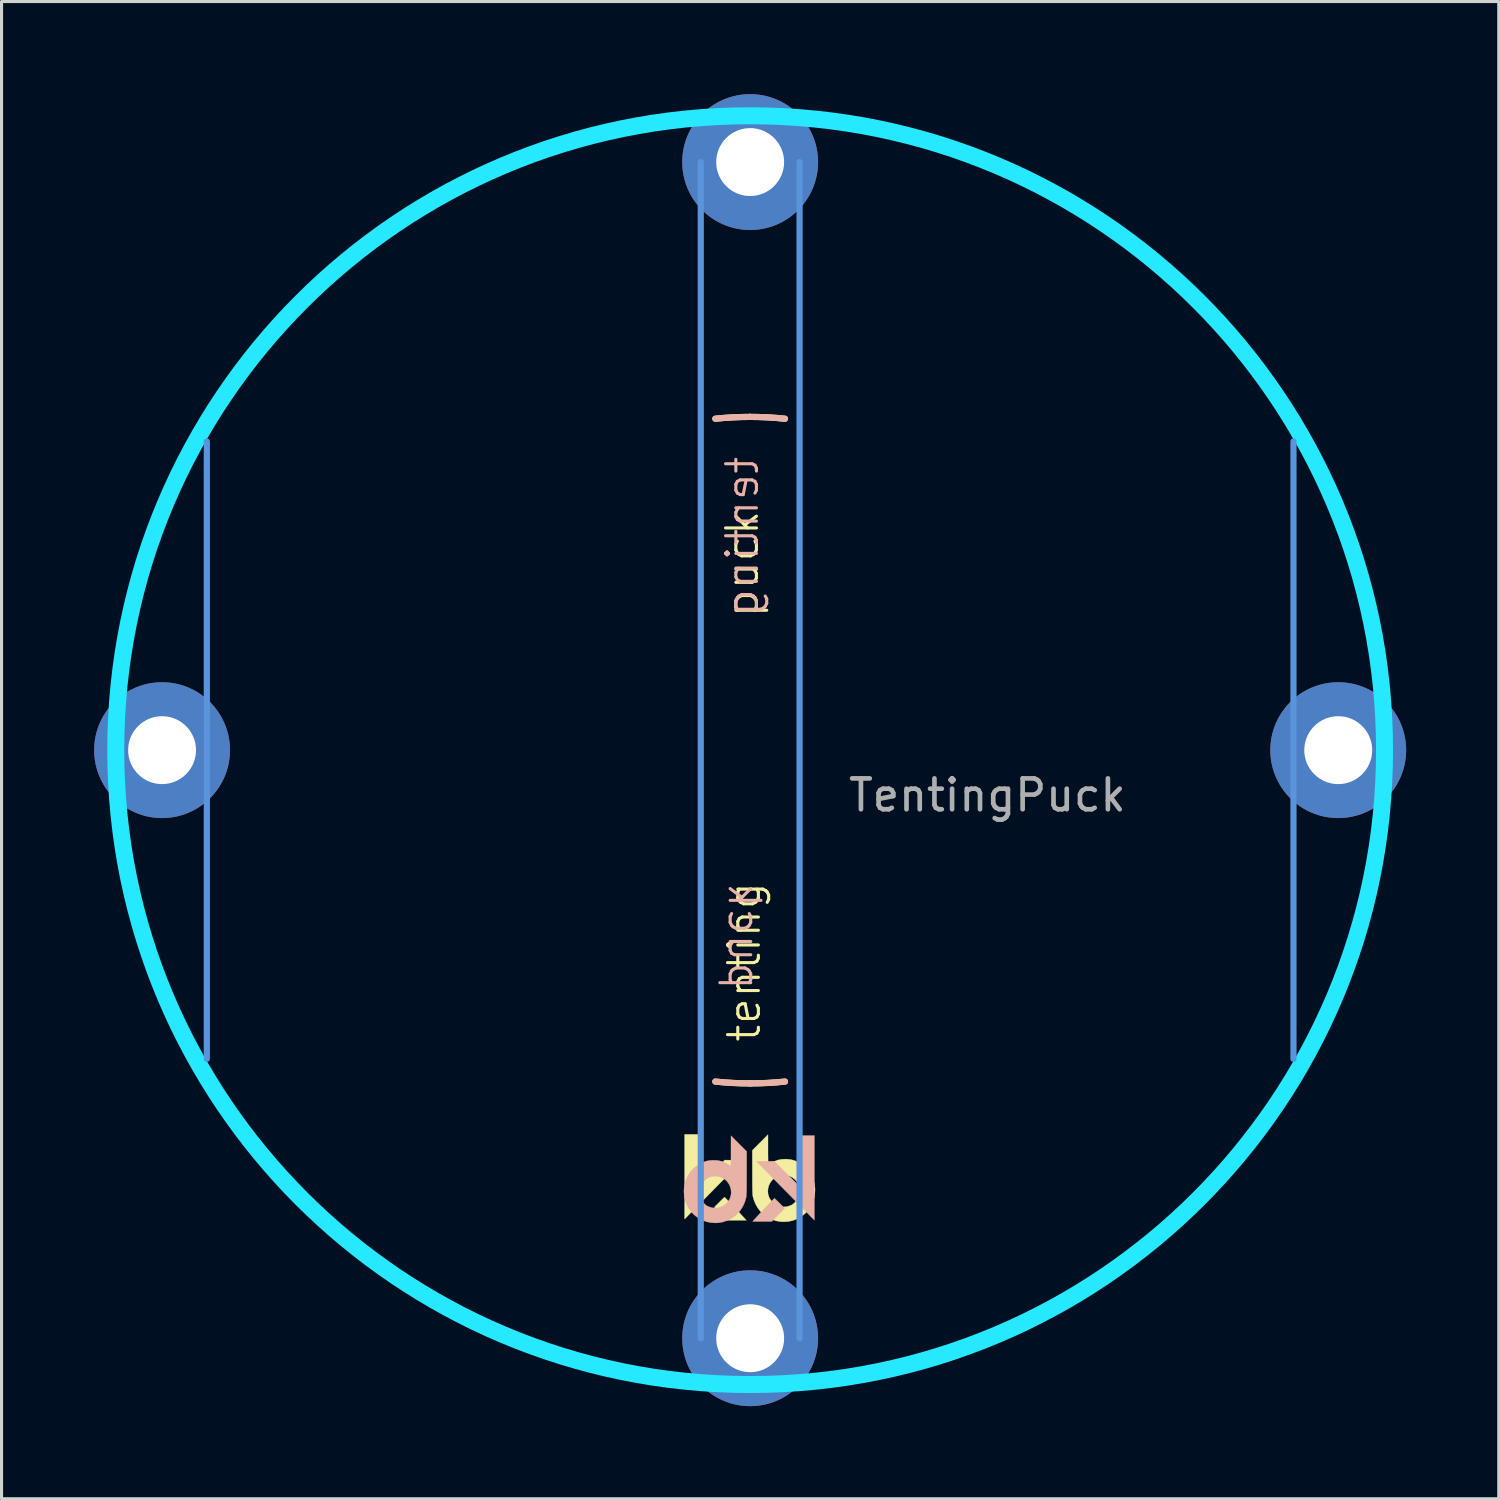
<source format=kicad_pcb>
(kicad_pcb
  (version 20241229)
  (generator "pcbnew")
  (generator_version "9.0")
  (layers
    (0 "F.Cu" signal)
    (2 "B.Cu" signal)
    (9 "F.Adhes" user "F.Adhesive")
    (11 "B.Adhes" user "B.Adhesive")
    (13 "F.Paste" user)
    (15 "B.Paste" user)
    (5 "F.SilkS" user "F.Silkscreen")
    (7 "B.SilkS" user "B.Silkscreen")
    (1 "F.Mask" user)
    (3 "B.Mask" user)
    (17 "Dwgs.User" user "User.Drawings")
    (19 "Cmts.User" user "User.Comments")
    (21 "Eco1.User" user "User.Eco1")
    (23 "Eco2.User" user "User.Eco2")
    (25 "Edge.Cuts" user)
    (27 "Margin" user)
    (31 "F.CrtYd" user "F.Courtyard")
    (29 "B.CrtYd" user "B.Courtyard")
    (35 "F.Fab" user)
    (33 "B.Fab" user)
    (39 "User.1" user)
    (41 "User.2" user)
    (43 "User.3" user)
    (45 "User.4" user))
  (footprint "TentingPuck"
    (layer "F.Cu")
    (at 21.25 21.25)
    (property "Reference" "TentingPuck" (at 7.684 1.46 0) (layer "F.Fab") (effects (font (size 1 1) (thickness 0.15))))
    (attr through_hole)
    (fp_arc (start -20.32 -2.8575) (mid -19.91151 -4.959786) (end -19.286134 -7.008048) (stroke (width 0.2) (type solid)) (layer "F.SilkS"))
    (fp_arc (start -19.286134 7.008047) (mid -19.91151 4.959786) (end -20.32 2.8575) (stroke (width 0.2) (type solid)) (layer "F.SilkS"))
    (fp_arc (start -7.008048 -19.286134) (mid -4.959786 -19.91151) (end -2.8575 -20.32) (stroke (width 0.2) (type solid)) (layer "F.SilkS"))
    (fp_arc (start -2.8575 20.32) (mid -4.959785 19.91151) (end -7.008046 19.286135) (stroke (width 0.2) (type solid)) (layer "F.SilkS"))
    (fp_arc (start -1.128385 -10.735864) (mid -0.564967 -10.780206) (end 0 -10.795) (stroke (width 0.2) (type solid)) (layer "F.SilkS"))
    (fp_arc (start 0 -10.795) (mid 0.564967 -10.780206) (end 1.128385 -10.735864) (stroke (width 0.2) (type solid)) (layer "F.SilkS"))
    (fp_arc (start 0 10.795) (mid -0.564967 10.780206) (end -1.128385 10.735864) (stroke (width 0.2) (type solid)) (layer "F.SilkS"))
    (fp_arc (start 1.128385 10.735864) (mid 0.564967 10.780206) (end 0 10.795) (stroke (width 0.2) (type solid)) (layer "F.SilkS"))
    (fp_arc (start 2.8575 -20.32) (mid 4.959786 -19.91151) (end 7.008047 -19.286134) (stroke (width 0.2) (type solid)) (layer "F.SilkS"))
    (fp_arc (start 7.008047 19.286134) (mid 4.959786 19.91151) (end 2.8575 20.32) (stroke (width 0.2) (type solid)) (layer "F.SilkS"))
    (fp_arc (start 19.286135 -7.008045) (mid 19.91151 -4.959785) (end 20.32 -2.8575) (stroke (width 0.2) (type solid)) (layer "F.SilkS"))
    (fp_arc (start 20.32 2.8575) (mid 19.91151 4.959785) (end 19.286135 7.008046) (stroke (width 0.2) (type solid)) (layer "F.SilkS"))
    (fp_poly (pts (xy -1.627 14.082) (xy -0.824 13.279) (xy -0.535 13.282) (xy -0.247 13.285) (xy -1.094 14.145) (xy -1.212 14.265) (xy -1.327 14.382) (xy -1.437 14.494) (xy -1.542 14.6) (xy -1.64 14.7) (xy -1.731 14.791) (xy -1.811 14.874) (xy -1.882 14.945) (xy -1.941 15.005) (xy -1.987 15.052) (xy -2.019 15.084) (xy -2.032 15.098) (xy -2.123 15.19) (xy -2.123 12.448) (xy -1.627 12.448) (xy -1.627 14.082)) (stroke (width 0.01) (type solid)) (fill yes) (layer "F.SilkS"))
    (fp_poly (pts (xy -0.82 14.488) (xy -0.797 14.511) (xy -0.763 14.547) (xy -0.719 14.593) (xy -0.666 14.647) (xy -0.609 14.708) (xy -0.547 14.773) (xy -0.483 14.841) (xy -0.42 14.908) (xy -0.359 14.973) (xy -0.302 15.034) (xy -0.251 15.089) (xy -0.208 15.135) (xy -0.175 15.171) (xy -0.154 15.194) (xy -0.152 15.197) (xy -0.124 15.231) (xy -0.744 15.231) (xy -0.917 15.055) (xy -0.971 15) (xy -1.021 14.948) (xy -1.065 14.903) (xy -1.099 14.868) (xy -1.121 14.844) (xy -1.124 14.841) (xy -1.158 14.803) (xy -0.997 14.642) (xy -0.948 14.592) (xy -0.903 14.549) (xy -0.867 14.514) (xy -0.842 14.491) (xy -0.829 14.48) (xy -0.829 14.48) (xy -0.82 14.488)) (stroke (width 0.01) (type solid)) (fill yes) (layer "F.SilkS"))
    (fp_poly (pts (xy 0.578 12.948) (xy 0.578 13.052) (xy 0.579 13.149) (xy 0.58 13.236) (xy 0.581 13.31) (xy 0.582 13.37) (xy 0.583 13.413) (xy 0.585 13.437) (xy 0.586 13.441) (xy 0.598 13.435) (xy 0.623 13.419) (xy 0.647 13.401) (xy 0.762 13.331) (xy 0.884 13.282) (xy 1.014 13.254) (xy 1.153 13.247) (xy 1.171 13.248) (xy 1.261 13.255) (xy 1.337 13.267) (xy 1.409 13.286) (xy 1.484 13.315) (xy 1.554 13.348) (xy 1.682 13.423) (xy 1.795 13.515) (xy 1.892 13.622) (xy 1.972 13.743) (xy 2.033 13.874) (xy 2.076 14.016) (xy 2.099 14.167) (xy 2.102 14.256) (xy 2.092 14.409) (xy 2.061 14.553) (xy 2.008 14.693) (xy 1.95 14.8) (xy 1.865 14.92) (xy 1.763 15.025) (xy 1.648 15.113) (xy 1.521 15.184) (xy 1.385 15.236) (xy 1.241 15.268) (xy 1.093 15.279) (xy 0.993 15.275) (xy 0.848 15.25) (xy 0.707 15.204) (xy 0.574 15.138) (xy 0.452 15.054) (xy 0.343 14.954) (xy 0.335 14.944) (xy 0.254 14.84) (xy 0.184 14.722) (xy 0.129 14.596) (xy 0.092 14.469) (xy 0.083 14.423) (xy 0.08 14.394) (xy 0.078 14.344) (xy 0.076 14.294) (xy 0.573 14.294) (xy 0.583 14.391) (xy 0.614 14.485) (xy 0.642 14.539) (xy 0.709 14.628) (xy 0.789 14.699) (xy 0.878 14.751) (xy 0.975 14.784) (xy 1.076 14.797) (xy 1.18 14.789) (xy 1.253 14.769) (xy 1.296 14.753) (xy 1.337 14.736) (xy 1.353 14.728) (xy 1.398 14.697) (xy 1.448 14.651) (xy 1.496 14.595) (xy 1.537 14.537) (xy 1.559 14.498) (xy 1.579 14.454) (xy 1.591 14.415) (xy 1.599 14.373) (xy 1.603 14.318) (xy 1.603 14.313) (xy 1.6 14.205) (xy 1.577 14.107) (xy 1.534 14.014) (xy 1.516 13.985) (xy 1.451 13.908) (xy 1.372 13.845) (xy 1.283 13.8) (xy 1.186 13.772) (xy 1.085 13.763) (xy 0.984 13.773) (xy 0.885 13.803) (xy 0.871 13.81) (xy 0.783 13.863) (xy 0.709 13.931) (xy 0.65 14.011) (xy 0.607 14.101) (xy 0.581 14.196) (xy 0.573 14.294) (xy 0.076 14.294) (xy 0.076 14.274) (xy 0.074 14.185) (xy 0.072 14.078) (xy 0.071 13.955) (xy 0.071 13.818) (xy 0.071 13.668) (xy 0.071 13.656) (xy 0.07 12.964) (xy 0.578 12.454) (xy 0.578 12.948)) (stroke (width 0.01) (type solid)) (fill yes) (layer "F.SilkS"))
    (fp_arc (start -20.32 -2.8575) (mid -19.91151 -4.959784) (end -19.286136 -7.008044) (stroke (width 0.2) (type solid)) (layer "B.SilkS"))
    (fp_arc (start -19.286135 7.008046) (mid -19.91151 4.959785) (end -20.32 2.8575) (stroke (width 0.2) (type solid)) (layer "B.SilkS"))
    (fp_arc (start -7.008046 -19.286135) (mid -4.959785 -19.91151) (end -2.8575 -20.32) (stroke (width 0.2) (type solid)) (layer "B.SilkS"))
    (fp_arc (start -2.8575 20.32) (mid -4.959785 19.91151) (end -7.008045 19.286135) (stroke (width 0.2) (type solid)) (layer "B.SilkS"))
    (fp_arc (start -1.128385 -10.735864) (mid -0.564967 -10.780206) (end 0 -10.795) (stroke (width 0.2) (type solid)) (layer "B.SilkS"))
    (fp_arc (start 0 -10.795) (mid 0.564967 -10.780206) (end 1.128385 -10.735864) (stroke (width 0.2) (type solid)) (layer "B.SilkS"))
    (fp_arc (start 0 10.795) (mid -0.564967 10.780206) (end -1.128385 10.735864) (stroke (width 0.2) (type solid)) (layer "B.SilkS"))
    (fp_arc (start 1.128385 10.735864) (mid 0.564967 10.780206) (end 0 10.795) (stroke (width 0.2) (type solid)) (layer "B.SilkS"))
    (fp_arc (start 2.8575 -20.32) (mid 4.959787 -19.91151) (end 7.008049 -19.286134) (stroke (width 0.2) (type solid)) (layer "B.SilkS"))
    (fp_arc (start 7.008045 19.286135) (mid 4.959785 19.91151) (end 2.8575 20.32) (stroke (width 0.2) (type solid)) (layer "B.SilkS"))
    (fp_arc (start 19.286134 -7.008048) (mid 19.91151 -4.959786) (end 20.32 -2.8575) (stroke (width 0.2) (type solid)) (layer "B.SilkS"))
    (fp_arc (start 20.32 2.8575) (mid 19.91151 4.959786) (end 19.286134 7.008048) (stroke (width 0.2) (type solid)) (layer "B.SilkS"))
    (fp_poly (pts (xy 1.584 14.118) (xy 0.782 13.315) (xy 0.493 13.318) (xy 0.205 13.322) (xy 1.052 14.182) (xy 1.17 14.301) (xy 1.285 14.418) (xy 1.395 14.53) (xy 1.5 14.637) (xy 1.598 14.736) (xy 1.688 14.828) (xy 1.769 14.91) (xy 1.84 14.981) (xy 1.899 15.041) (xy 1.944 15.088) (xy 1.976 15.12) (xy 1.99 15.134) (xy 2.081 15.226) (xy 2.081 12.484) (xy 1.584 12.484) (xy 1.584 14.118)) (stroke (width 0.01) (type solid)) (fill yes) (layer "B.SilkS"))
    (fp_poly (pts (xy 0.778 14.525) (xy 0.755 14.547) (xy 0.721 14.583) (xy 0.676 14.629) (xy 0.624 14.684) (xy 0.566 14.745) (xy 0.505 14.81) (xy 0.441 14.877) (xy 0.378 14.944) (xy 0.316 15.009) (xy 0.259 15.07) (xy 0.208 15.125) (xy 0.166 15.172) (xy 0.133 15.207) (xy 0.112 15.231) (xy 0.11 15.233) (xy 0.082 15.267) (xy 0.702 15.267) (xy 0.875 15.091) (xy 0.929 15.036) (xy 0.979 14.985) (xy 1.023 14.939) (xy 1.057 14.904) (xy 1.079 14.88) (xy 1.082 14.877) (xy 1.116 14.839) (xy 0.955 14.678) (xy 0.905 14.628) (xy 0.861 14.585) (xy 0.825 14.55) (xy 0.799 14.527) (xy 0.787 14.517) (xy 0.787 14.516) (xy 0.778 14.525)) (stroke (width 0.01) (type solid)) (fill yes) (layer "B.SilkS"))
    (fp_poly (pts (xy -0.621 12.984) (xy -0.621 13.088) (xy -0.621 13.185) (xy -0.622 13.272) (xy -0.623 13.346) (xy -0.624 13.406) (xy -0.625 13.45) (xy -0.627 13.473) (xy -0.628 13.477) (xy -0.64 13.471) (xy -0.665 13.455) (xy -0.689 13.438) (xy -0.804 13.367) (xy -0.926 13.318) (xy -1.057 13.29) (xy -1.196 13.284) (xy -1.214 13.284) (xy -1.303 13.291) (xy -1.38 13.303) (xy -1.451 13.322) (xy -1.526 13.351) (xy -1.596 13.384) (xy -1.724 13.459) (xy -1.837 13.551) (xy -1.934 13.658) (xy -2.014 13.779) (xy -2.076 13.911) (xy -2.118 14.053) (xy -2.141 14.203) (xy -2.145 14.293) (xy -2.134 14.445) (xy -2.103 14.59) (xy -2.05 14.729) (xy -1.993 14.836) (xy -1.907 14.956) (xy -1.805 15.061) (xy -1.69 15.149) (xy -1.563 15.22) (xy -1.427 15.272) (xy -1.283 15.304) (xy -1.135 15.316) (xy -1.035 15.311) (xy -0.89 15.286) (xy -0.75 15.24) (xy -0.616 15.174) (xy -0.494 15.09) (xy -0.386 14.99) (xy -0.377 14.981) (xy -0.296 14.876) (xy -0.226 14.758) (xy -0.171 14.632) (xy -0.134 14.505) (xy -0.125 14.459) (xy -0.122 14.43) (xy -0.12 14.38) (xy -0.118 14.33) (xy -0.615 14.33) (xy -0.625 14.428) (xy -0.656 14.522) (xy -0.684 14.576) (xy -0.751 14.664) (xy -0.831 14.735) (xy -0.92 14.787) (xy -1.017 14.82) (xy -1.119 14.833) (xy -1.222 14.825) (xy -1.295 14.805) (xy -1.338 14.789) (xy -1.379 14.772) (xy -1.395 14.764) (xy -1.441 14.733) (xy -1.49 14.687) (xy -1.538 14.632) (xy -1.579 14.573) (xy -1.601 14.534) (xy -1.621 14.49) (xy -1.634 14.452) (xy -1.641 14.409) (xy -1.645 14.354) (xy -1.646 14.349) (xy -1.642 14.241) (xy -1.619 14.144) (xy -1.576 14.05) (xy -1.558 14.022) (xy -1.493 13.944) (xy -1.415 13.882) (xy -1.325 13.836) (xy -1.228 13.808) (xy -1.127 13.799) (xy -1.026 13.809) (xy -0.927 13.84) (xy -0.913 13.846) (xy -0.825 13.899) (xy -0.751 13.967) (xy -0.692 14.047) (xy -0.649 14.137) (xy -0.623 14.232) (xy -0.615 14.33) (xy -0.118 14.33) (xy -0.118 14.31) (xy -0.116 14.221) (xy -0.115 14.114) (xy -0.114 13.991) (xy -0.113 13.854) (xy -0.113 13.704) (xy -0.113 13.692) (xy -0.113 13) (xy -0.62 12.49) (xy -0.621 12.984)) (stroke (width 0.01) (type solid)) (fill yes) (layer "B.SilkS"))
    (fp_line (start -17.6 10) (end -17.6 -10) (stroke (width 0.2) (type solid)) (layer "Cmts.User"))
    (fp_line (start -1.6 19.05) (end -1.6 -19.05) (stroke (width 0.2) (type solid)) (layer "Cmts.User"))
    (fp_line (start 1.6 19.05) (end 1.6 -19.05) (stroke (width 0.2) (type solid)) (layer "Cmts.User"))
    (fp_line (start 17.6 10) (end 17.6 -10) (stroke (width 0.2) (type solid)) (layer "Cmts.User"))
    (fp_circle (center 0 0) (end 20.55 0) (stroke (width 0.55) (type solid)) (fill no) (layer "B.CrtYd"))
    (fp_text user "tenting" (at -0.191 6.858 90) (layer "F.SilkS") (effects (font (size 1 1) (thickness 0.1))))
    (fp_text user "puck" (at -0.254 -6.032 90) (layer "F.SilkS") (effects (font (size 1 1) (thickness 0.1))))
    (fp_text user "tenting" (at -0.254 -6.921 90) (layer "B.SilkS") (effects (font (size 1 1) (thickness 0.1)) (justify mirror)))
    (fp_text user "puck" (at -0.191 6.032 270) (unlocked yes) (layer "B.SilkS") (effects (font (size 1 1) (thickness 0.1)) (justify mirror)))
    (pad "1" thru_hole circle (at -19.05 0) (size 4.4 4.4) (drill 2.2) (layers "*.Cu" "*.Mask"))
    (pad "1" thru_hole circle (at 0 -19.05) (size 4.4 4.4) (drill 2.2) (layers "*.Cu" "*.Mask"))
    (pad "1" thru_hole circle (at 0 19.05) (size 4.4 4.4) (drill 2.2) (layers "*.Cu" "*.Mask"))
    (pad "1" thru_hole circle (at 19.05 0) (size 4.4 4.4) (drill 2.2) (layers "*.Cu" "*.Mask")))
  (gr_rect
    (start -3 -3)
    (end 45.5 45.5)
    (stroke (width 0.1) (type default))
    (fill no)
    (layer "Edge.Cuts")))
</source>
